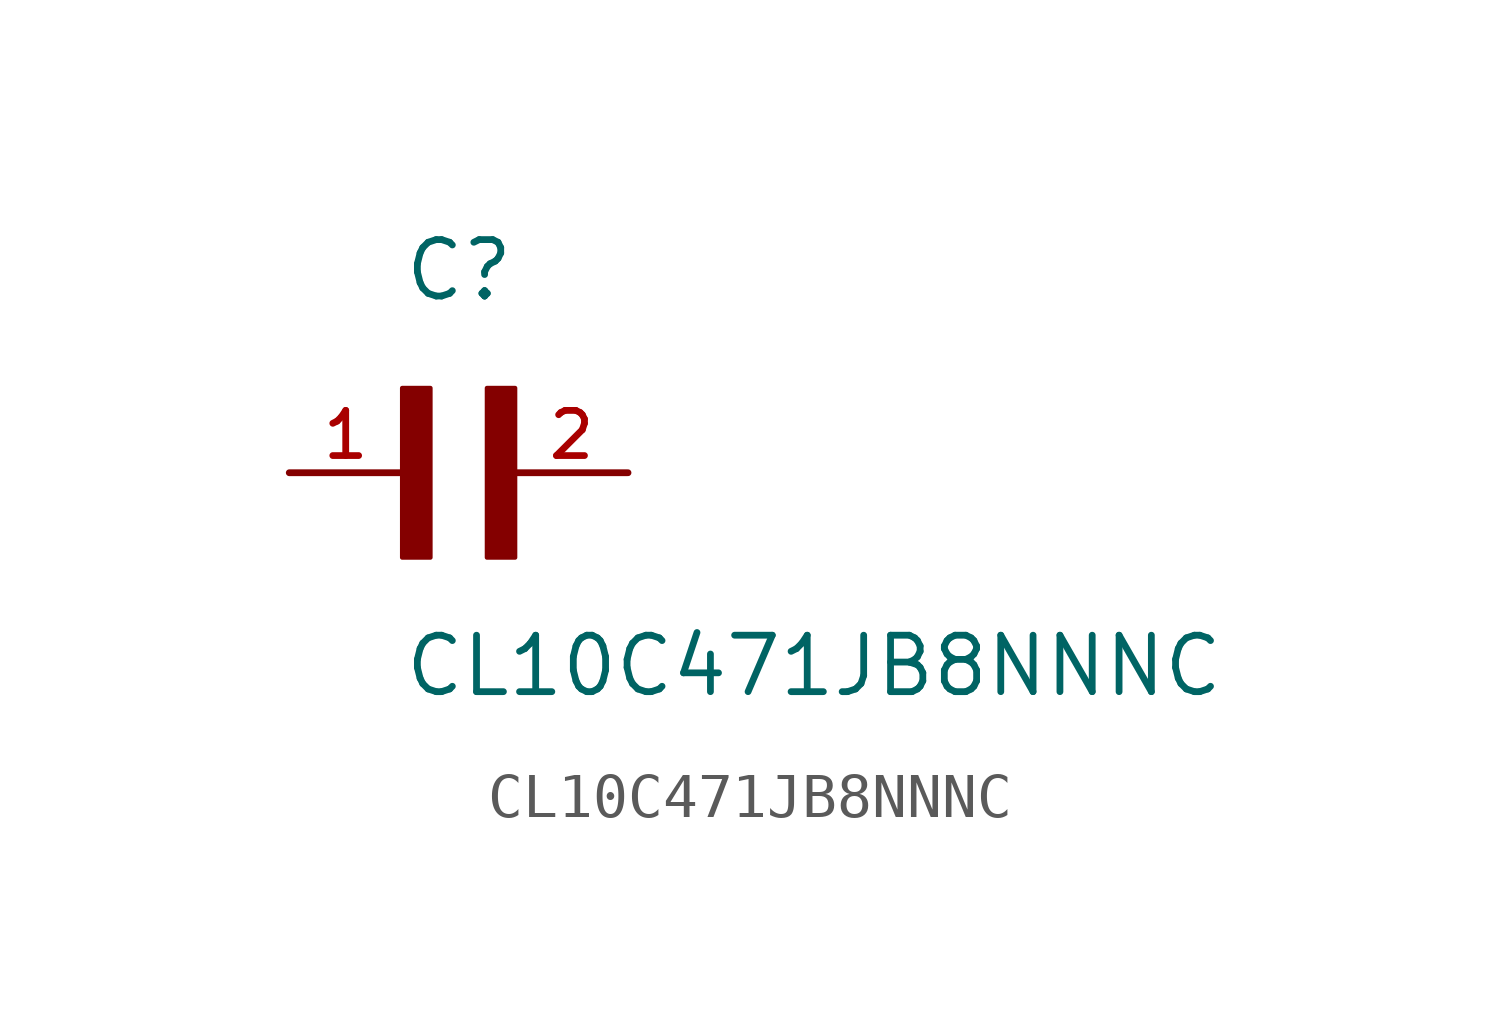
<source format=kicad_sym>
(kicad_symbol_lib
  (version 20211014)
  (generator kicad_symbol_editor)
  (symbol "CL10C471JB8NNNC"
    (pin_names
      (offset 1.016))
    (property "Reference" "C"
      (at 0.0 3.811 0)
      (effects (font (size 1.27 1.27)) (justify bottom left)))
    (property "Value" "CL10C471JB8NNNC"
      (at 0.0 -5.088 0)
      (effects (font (size 1.27 1.27)) (justify bottom left)))
    (symbol "CL10C471JB8NNNC_0_0"
      (rectangle (start 0.0 -1.907) (end 0.635 1.905) (stroke (width 0.1)) (fill (type outline)))
      (rectangle (start 1.907 -1.907) (end 2.54 1.905) (stroke (width 0.1)) (fill (type outline)))
      (pin passive line (at -2.54 0.0 0) (length 2.54) (name "~" (effects (font (size 1.016 1.016)))) (number "1" (effects (font (size 1.016 1.016)))))
      (pin passive line (at 5.08 0.0 180.0) (length 2.54) (name "~" (effects (font (size 1.016 1.016)))) (number "2" (effects (font (size 1.016 1.016))))))))
</source>
